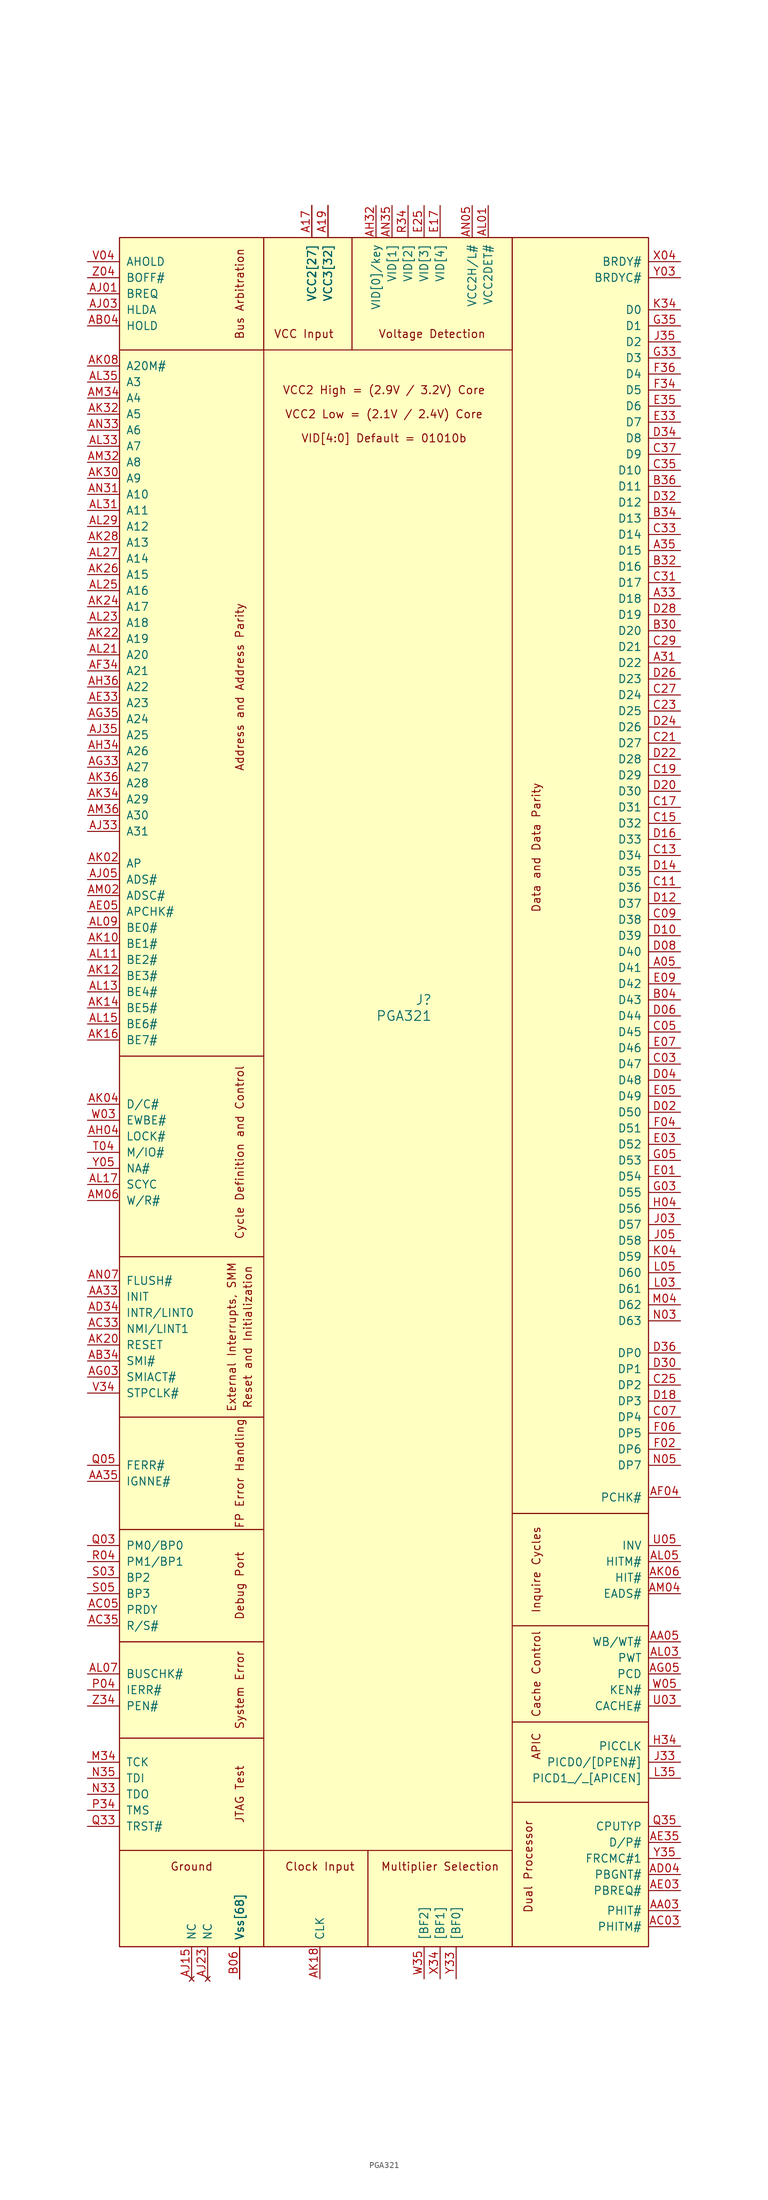
<source format=kicad_sym>
(kicad_symbol_lib
  (version 20211014)
  (generator kicad_symbol_editor)
  (symbol "PGA321"
    (pin_names
      (offset 1.016))
    (property "Reference" "J"
      (at 6.35 8.89 0)
      (effects (font (size 1.524 1.524)) (justify right)))
    (property "Value" "PGA321"
      (at 6.35 6.35 0)
      (effects (font (size 1.524 1.524)) (justify right)))
    (symbol "PGA321_0_0"
      (rectangle (start -43.18 -107.95) (end -20.32 -125.73) (stroke (width 0.152) (type default) (color 0 0 0 0)) (fill (type none)))
      (rectangle (start -43.18 -92.71) (end -20.32 -107.95) (stroke (width 0.152) (type default) (color 0 0 0 0)) (fill (type none)))
      (rectangle (start -43.18 -74.93) (end -20.32 -92.71) (stroke (width 0.152) (type default) (color 0 0 0 0)) (fill (type none)))
      (rectangle (start -43.18 -57.15) (end -20.32 -74.93) (stroke (width 0.152) (type default) (color 0 0 0 0)) (fill (type none)))
      (rectangle (start -43.18 -31.75) (end -20.32 -57.15) (stroke (width 0.152) (type default) (color 0 0 0 0)) (fill (type none)))
      (rectangle (start -43.18 0) (end -20.32 -31.75) (stroke (width 0.152) (type default) (color 0 0 0 0)) (fill (type none)))
      (rectangle (start -43.18 129.54) (end -20.32 111.76) (stroke (width 0.152) (type default) (color 0 0 0 0)) (fill (type none)))
      (rectangle (start -20.32 -125.73) (end -43.18 -140.97) (stroke (width 0.152) (type default) (color 0 0 0 0)) (fill (type none)))
      (rectangle (start -20.32 -125.73) (end -3.81 -140.97) (stroke (width 0.152) (type default) (color 0 0 0 0)) (fill (type none)))
      (rectangle (start -20.32 129.54) (end -6.35 111.76) (stroke (width 0.152) (type default) (color 0 0 0 0)) (fill (type none)))
      (rectangle (start -6.35 129.54) (end 19.05 111.76) (stroke (width 0.152) (type default) (color 0 0 0 0)) (fill (type none)))
      (rectangle (start -3.81 -125.73) (end 19.05 -140.97) (stroke (width 0.152) (type default) (color 0 0 0 0)) (fill (type none)))
      (rectangle (start 19.05 -118.11) (end 40.64 -140.97) (stroke (width 0.152) (type default) (color 0 0 0 0)) (fill (type none)))
      (rectangle (start 19.05 -105.41) (end 40.64 -118.11) (stroke (width 0.152) (type default) (color 0 0 0 0)) (fill (type none)))
      (rectangle (start 19.05 -90.17) (end 40.64 -105.41) (stroke (width 0.152) (type default) (color 0 0 0 0)) (fill (type none)))
      (rectangle (start 19.05 -72.39) (end 40.64 -90.17) (stroke (width 0.152) (type default) (color 0 0 0 0)) (fill (type none)))
      (rectangle (start 40.64 129.54) (end 19.05 -72.39) (stroke (width 0.152) (type default) (color 0 0 0 0)) (fill (type none)))
      (text "Address and Address Parity" (at -24.13 58.42 900) (effects (font (size 1.27 1.27))))
      (text "APIC" (at 22.86 -109.22 900) (effects (font (size 1.27 1.27))))
      (text "Bus Arbitration" (at -24.13 120.65 900) (effects (font (size 1.27 1.27))))
      (text "Cache Control" (at 22.86 -97.79 900) (effects (font (size 1.27 1.27))))
      (text "Clock Input" (at -11.43 -128.27 0) (effects (font (size 1.27 1.27))))
      (text "Cycle Definition and Control" (at -24.13 -15.24 900) (effects (font (size 1.27 1.27))))
      (text "Data and Data Parity" (at 22.86 33.02 900) (effects (font (size 1.27 1.27))))
      (text "Debug Port" (at -24.13 -83.82 900) (effects (font (size 1.27 1.27))))
      (text "Dual Processor" (at 21.59 -128.27 900) (effects (font (size 1.27 1.27))))
      (text "External Interrupts, SMM" (at -25.4 -44.45 900) (effects (font (size 1.27 1.27))))
      (text "FP Error Handling" (at -24.13 -66.04 900) (effects (font (size 1.27 1.27))))
      (text "Ground" (at -31.75 -128.27 0) (effects (font (size 1.27 1.27))))
      (text "Inquire Cycles" (at 22.86 -81.28 900) (effects (font (size 1.27 1.27))))
      (text "JTAG Test" (at -24.13 -116.84 900) (effects (font (size 1.27 1.27))))
      (text "Multiplier Selection" (at 7.62 -128.27 0) (effects (font (size 1.27 1.27))))
      (text "Reset and Initialization" (at -22.86 -44.45 900) (effects (font (size 1.27 1.27))))
      (text "System Error" (at -24.13 -100.33 900) (effects (font (size 1.27 1.27))))
      (text "VCC Input" (at -13.97 114.3 0) (effects (font (size 1.27 1.27))))
      (text "VCC2 High = (2.9V / 3.2V) Core" (at -1.27 105.41 0) (effects (font (size 1.27 1.27))))
      (text "VCC2 Low = (2.1V / 2.4V) Core" (at -1.27 101.6 0) (effects (font (size 1.27 1.27))))
      (text "VID[4:0] Default = 01010b" (at -1.27 97.79 0) (effects (font (size 1.27 1.27))))
      (text "Voltage Detection" (at 6.35 114.3 0) (effects (font (size 1.27 1.27)))))
    (symbol "PGA321_1_1"
      (rectangle (start -43.18 111.76) (end -20.32 0) (stroke (width 0.152) (type default) (color 0 0 0 0)) (fill (type none)))
      (rectangle (start -43.18 129.54) (end 40.64 -140.97) (stroke (width 0) (type default) (color 0 0 0 0)) (fill (type background)))
      (pin power_in line (at -24.13 -146.05 90) (length 5.08) (name "Vss[68]" (effects (font (size 1.27 1.27)))) (number "A03" (effects (font (size 0 0)))))
      (pin tri_state line (at 45.72 13.97 180) (length 5.08) (name "D41" (effects (font (size 1.27 1.27)))) (number "A05" (effects (font (size 1.27 1.27)))))
      (pin power_in line (at -12.7 134.62 270) (length 5.08) (name "VCC2[27]" (effects (font (size 1.27 1.27)))) (number "A07" (effects (font (size 0 0)))))
      (pin power_in line (at -12.7 134.62 270) (length 5.08) (name "VCC2[27]" (effects (font (size 1.27 1.27)))) (number "A09" (effects (font (size 0 0)))))
      (pin power_in line (at -12.7 134.62 270) (length 5.08) (name "VCC2[27]" (effects (font (size 1.27 1.27)))) (number "A11" (effects (font (size 0 0)))))
      (pin power_in line (at -12.7 134.62 270) (length 5.08) (name "VCC2[27]" (effects (font (size 1.27 1.27)))) (number "A13" (effects (font (size 0 0)))))
      (pin power_in line (at -12.7 134.62 270) (length 5.08) (name "VCC2[27]" (effects (font (size 1.27 1.27)))) (number "A15" (effects (font (size 0 0)))))
      (pin power_in line (at -12.7 134.62 270) (length 5.08) (name "VCC2[27]" (effects (font (size 1.27 1.27)))) (number "A17" (effects (font (size 1.27 1.27)))))
      (pin power_in line (at -10.16 134.62 270) (length 5.08) (name "VCC3[32]" (effects (font (size 1.27 1.27)))) (number "A19" (effects (font (size 1.27 1.27)))))
      (pin power_in line (at -10.16 134.62 270) (length 5.08) (name "VCC3[32]" (effects (font (size 1.27 1.27)))) (number "A21" (effects (font (size 0 0)))))
      (pin power_in line (at -10.16 134.62 270) (length 5.08) (name "VCC3[32]" (effects (font (size 1.27 1.27)))) (number "A23" (effects (font (size 0 0)))))
      (pin power_in line (at -10.16 134.62 270) (length 5.08) (name "VCC3[32]" (effects (font (size 1.27 1.27)))) (number "A25" (effects (font (size 0 0)))))
      (pin power_in line (at -10.16 134.62 270) (length 5.08) (name "VCC3[32]" (effects (font (size 1.27 1.27)))) (number "A27" (effects (font (size 0 0)))))
      (pin power_in line (at -10.16 134.62 270) (length 5.08) (name "VCC3[32]" (effects (font (size 1.27 1.27)))) (number "A29" (effects (font (size 0 0)))))
      (pin tri_state line (at 45.72 62.23 180) (length 5.08) (name "D22" (effects (font (size 1.27 1.27)))) (number "A31" (effects (font (size 1.27 1.27)))))
      (pin tri_state line (at 45.72 72.39 180) (length 5.08) (name "D18" (effects (font (size 1.27 1.27)))) (number "A33" (effects (font (size 1.27 1.27)))))
      (pin tri_state line (at 45.72 80.01 180) (length 5.08) (name "D15" (effects (font (size 1.27 1.27)))) (number "A35" (effects (font (size 1.27 1.27)))))
      (pin no_connect line (at -41.91 -146.05 90) (length 5.08) hide (name "NC" (effects (font (size 1.27 1.27)))) (number "A37" (effects (font (size 1.27 1.27)))))
      (pin power_in line (at -12.7 134.62 270) (length 5.08) (name "VCC2[27]" (effects (font (size 1.27 1.27)))) (number "AA01" (effects (font (size 0 0)))))
      (pin tri_state line (at 45.72 -135.255 180) (length 5.08) (name "PHIT#" (effects (font (size 1.27 1.27)))) (number "AA03" (effects (font (size 1.27 1.27)))))
      (pin input line (at 45.72 -92.71 180) (length 5.08) (name "WB/WT#" (effects (font (size 1.27 1.27)))) (number "AA05" (effects (font (size 1.27 1.27)))))
      (pin input line (at -48.26 -38.1 0) (length 5.08) (name "INIT" (effects (font (size 1.27 1.27)))) (number "AA33" (effects (font (size 1.27 1.27)))))
      (pin input line (at -48.26 -67.31 0) (length 5.08) (name "IGNNE#" (effects (font (size 1.27 1.27)))) (number "AA35" (effects (font (size 1.27 1.27)))))
      (pin power_in line (at -10.16 134.62 270) (length 5.08) (name "VCC3[32]" (effects (font (size 1.27 1.27)))) (number "AA37" (effects (font (size 0 0)))))
      (pin power_in line (at -24.13 -146.05 90) (length 5.08) (name "Vss[68]" (effects (font (size 1.27 1.27)))) (number "AB02" (effects (font (size 0 0)))))
      (pin input line (at -48.26 115.57 0) (length 5.08) (name "HOLD" (effects (font (size 1.27 1.27)))) (number "AB04" (effects (font (size 1.27 1.27)))))
      (pin input line (at -48.26 -48.26 0) (length 5.08) (name "SMI#" (effects (font (size 1.27 1.27)))) (number "AB34" (effects (font (size 1.27 1.27)))))
      (pin power_in line (at -24.13 -146.05 90) (length 5.08) (name "Vss[68]" (effects (font (size 1.27 1.27)))) (number "AB36" (effects (font (size 0 0)))))
      (pin power_in line (at -12.7 134.62 270) (length 5.08) (name "VCC2[27]" (effects (font (size 1.27 1.27)))) (number "AC01" (effects (font (size 0 0)))))
      (pin tri_state line (at 45.72 -137.795 180) (length 5.08) (name "PHITM#" (effects (font (size 1.27 1.27)))) (number "AC03" (effects (font (size 1.27 1.27)))))
      (pin output line (at -48.26 -87.63 0) (length 5.08) (name "PRDY" (effects (font (size 1.27 1.27)))) (number "AC05" (effects (font (size 1.27 1.27)))))
      (pin input line (at -48.26 -43.18 0) (length 5.08) (name "NMI/LINT1" (effects (font (size 1.27 1.27)))) (number "AC33" (effects (font (size 1.27 1.27)))))
      (pin input line (at -48.26 -90.17 0) (length 5.08) (name "R/S#" (effects (font (size 1.27 1.27)))) (number "AC35" (effects (font (size 1.27 1.27)))))
      (pin power_in line (at -10.16 134.62 270) (length 5.08) (name "VCC3[32]" (effects (font (size 1.27 1.27)))) (number "AC37" (effects (font (size 0 0)))))
      (pin power_in line (at -24.13 -146.05 90) (length 5.08) (name "Vss[68]" (effects (font (size 1.27 1.27)))) (number "AD02" (effects (font (size 0 0)))))
      (pin tri_state line (at 45.72 -129.54 180) (length 5.08) (name "PBGNT#" (effects (font (size 1.27 1.27)))) (number "AD04" (effects (font (size 1.27 1.27)))))
      (pin input line (at -48.26 -40.64 0) (length 5.08) (name "INTR/LINT0" (effects (font (size 1.27 1.27)))) (number "AD34" (effects (font (size 1.27 1.27)))))
      (pin power_in line (at -24.13 -146.05 90) (length 5.08) (name "Vss[68]" (effects (font (size 1.27 1.27)))) (number "AD36" (effects (font (size 0 0)))))
      (pin power_in line (at -12.7 134.62 270) (length 5.08) (name "VCC2[27]" (effects (font (size 1.27 1.27)))) (number "AE01" (effects (font (size 0 0)))))
      (pin tri_state line (at 45.72 -132.08 180) (length 5.08) (name "PBREQ#" (effects (font (size 1.27 1.27)))) (number "AE03" (effects (font (size 1.27 1.27)))))
      (pin output line (at -48.26 22.86 0) (length 5.08) (name "APCHK#" (effects (font (size 1.27 1.27)))) (number "AE05" (effects (font (size 1.27 1.27)))))
      (pin tri_state line (at -48.26 55.88 0) (length 5.08) (name "A23" (effects (font (size 1.27 1.27)))) (number "AE33" (effects (font (size 1.27 1.27)))))
      (pin output line (at 45.72 -124.46 180) (length 5.08) (name "D/P#" (effects (font (size 1.27 1.27)))) (number "AE35" (effects (font (size 1.27 1.27)))))
      (pin power_in line (at -10.16 134.62 270) (length 5.08) (name "VCC3[32]" (effects (font (size 1.27 1.27)))) (number "AE37" (effects (font (size 0 0)))))
      (pin power_in line (at -24.13 -146.05 90) (length 5.08) (name "Vss[68]" (effects (font (size 1.27 1.27)))) (number "AF02" (effects (font (size 0 0)))))
      (pin output line (at 45.72 -69.85 180) (length 5.08) (name "PCHK#" (effects (font (size 1.27 1.27)))) (number "AF04" (effects (font (size 1.27 1.27)))))
      (pin tri_state line (at -48.26 60.96 0) (length 5.08) (name "A21" (effects (font (size 1.27 1.27)))) (number "AF34" (effects (font (size 1.27 1.27)))))
      (pin power_in line (at -24.13 -146.05 90) (length 5.08) (name "Vss[68]" (effects (font (size 1.27 1.27)))) (number "AF36" (effects (font (size 0 0)))))
      (pin power_in line (at -12.7 134.62 270) (length 5.08) (name "VCC2[27]" (effects (font (size 1.27 1.27)))) (number "AG01" (effects (font (size 0 0)))))
      (pin output line (at -48.26 -50.8 0) (length 5.08) (name "SMIACT#" (effects (font (size 1.27 1.27)))) (number "AG03" (effects (font (size 1.27 1.27)))))
      (pin output line (at 45.72 -97.79 180) (length 5.08) (name "PCD" (effects (font (size 1.27 1.27)))) (number "AG05" (effects (font (size 1.27 1.27)))))
      (pin tri_state line (at -48.26 45.72 0) (length 5.08) (name "A27" (effects (font (size 1.27 1.27)))) (number "AG33" (effects (font (size 1.27 1.27)))))
      (pin tri_state line (at -48.26 53.34 0) (length 5.08) (name "A24" (effects (font (size 1.27 1.27)))) (number "AG35" (effects (font (size 1.27 1.27)))))
      (pin power_in line (at -10.16 134.62 270) (length 5.08) (name "VCC3[32]" (effects (font (size 1.27 1.27)))) (number "AG37" (effects (font (size 0 0)))))
      (pin power_in line (at -24.13 -146.05 90) (length 5.08) (name "Vss[68]" (effects (font (size 1.27 1.27)))) (number "AH02" (effects (font (size 0 0)))))
      (pin output line (at -48.26 -12.7 0) (length 5.08) (name "LOCK#" (effects (font (size 1.27 1.27)))) (number "AH04" (effects (font (size 1.27 1.27)))))
      (pin output line (at -2.54 134.62 270) (length 5.08) (name "VID[0]/key" (effects (font (size 1.27 1.27)))) (number "AH32" (effects (font (size 1.27 1.27)))))
      (pin tri_state line (at -48.26 48.26 0) (length 5.08) (name "A26" (effects (font (size 1.27 1.27)))) (number "AH34" (effects (font (size 1.27 1.27)))))
      (pin tri_state line (at -48.26 58.42 0) (length 5.08) (name "A22" (effects (font (size 1.27 1.27)))) (number "AH36" (effects (font (size 1.27 1.27)))))
      (pin output line (at -48.26 120.65 0) (length 5.08) (name "BREQ" (effects (font (size 1.27 1.27)))) (number "AJ01" (effects (font (size 1.27 1.27)))))
      (pin output line (at -48.26 118.11 0) (length 5.08) (name "HLDA" (effects (font (size 1.27 1.27)))) (number "AJ03" (effects (font (size 1.27 1.27)))))
      (pin output line (at -48.26 27.94 0) (length 5.08) (name "ADS#" (effects (font (size 1.27 1.27)))) (number "AJ05" (effects (font (size 1.27 1.27)))))
      (pin power_in line (at -24.13 -146.05 90) (length 5.08) (name "Vss[68]" (effects (font (size 1.27 1.27)))) (number "AJ07" (effects (font (size 0 0)))))
      (pin power_in line (at -24.13 -146.05 90) (length 5.08) (name "Vss[68]" (effects (font (size 1.27 1.27)))) (number "AJ09" (effects (font (size 0 0)))))
      (pin power_in line (at -12.7 134.62 270) (length 5.08) (name "VCC2[27]" (effects (font (size 1.27 1.27)))) (number "AJ11" (effects (font (size 0 0)))))
      (pin power_in line (at -24.13 -146.05 90) (length 5.08) (name "Vss[68]" (effects (font (size 1.27 1.27)))) (number "AJ13" (effects (font (size 0 0)))))
      (pin no_connect line (at -31.75 -146.05 90) (length 5.08) (name "NC" (effects (font (size 1.27 1.27)))) (number "AJ15" (effects (font (size 1.27 1.27)))))
      (pin power_in line (at -24.13 -146.05 90) (length 5.08) (name "Vss[68]" (effects (font (size 1.27 1.27)))) (number "AJ17" (effects (font (size 0 0)))))
      (pin power_in line (at -10.16 134.62 270) (length 5.08) (name "VCC3[32]" (effects (font (size 1.27 1.27)))) (number "AJ19" (effects (font (size 0 0)))))
      (pin power_in line (at -24.13 -146.05 90) (length 5.08) (name "Vss[68]" (effects (font (size 1.27 1.27)))) (number "AJ21" (effects (font (size 0 0)))))
      (pin no_connect line (at -29.21 -146.05 90) (length 5.08) (name "NC" (effects (font (size 1.27 1.27)))) (number "AJ23" (effects (font (size 1.27 1.27)))))
      (pin power_in line (at -24.13 -146.05 90) (length 5.08) (name "Vss[68]" (effects (font (size 1.27 1.27)))) (number "AJ25" (effects (font (size 0 0)))))
      (pin power_in line (at -24.13 -146.05 90) (length 5.08) (name "Vss[68]" (effects (font (size 1.27 1.27)))) (number "AJ27" (effects (font (size 0 0)))))
      (pin power_in line (at -10.16 134.62 270) (length 5.08) (name "VCC3[32]" (effects (font (size 1.27 1.27)))) (number "AJ29" (effects (font (size 0 0)))))
      (pin power_in line (at -24.13 -146.05 90) (length 5.08) (name "Vss[68]" (effects (font (size 1.27 1.27)))) (number "AJ31" (effects (font (size 0 0)))))
      (pin tri_state line (at -48.26 35.56 0) (length 5.08) (name "A31" (effects (font (size 1.27 1.27)))) (number "AJ33" (effects (font (size 1.27 1.27)))))
      (pin tri_state line (at -48.26 50.8 0) (length 5.08) (name "A25" (effects (font (size 1.27 1.27)))) (number "AJ35" (effects (font (size 1.27 1.27)))))
      (pin power_in line (at -24.13 -146.05 90) (length 5.08) (name "Vss[68]" (effects (font (size 1.27 1.27)))) (number "AJ37" (effects (font (size 0 0)))))
      (pin tri_state line (at -48.26 30.48 0) (length 5.08) (name "AP" (effects (font (size 1.27 1.27)))) (number "AK02" (effects (font (size 1.27 1.27)))))
      (pin output line (at -48.26 -7.62 0) (length 5.08) (name "D/C#" (effects (font (size 1.27 1.27)))) (number "AK04" (effects (font (size 1.27 1.27)))))
      (pin output line (at 45.72 -82.55 180) (length 5.08) (name "HIT#" (effects (font (size 1.27 1.27)))) (number "AK06" (effects (font (size 1.27 1.27)))))
      (pin input line (at -48.26 109.22 0) (length 5.08) (name "A20M#" (effects (font (size 1.27 1.27)))) (number "AK08" (effects (font (size 1.27 1.27)))))
      (pin tri_state line (at -48.26 17.78 0) (length 5.08) (name "BE1#" (effects (font (size 1.27 1.27)))) (number "AK10" (effects (font (size 1.27 1.27)))))
      (pin tri_state line (at -48.26 12.7 0) (length 5.08) (name "BE3#" (effects (font (size 1.27 1.27)))) (number "AK12" (effects (font (size 1.27 1.27)))))
      (pin output line (at -48.26 7.62 0) (length 5.08) (name "BE5#" (effects (font (size 1.27 1.27)))) (number "AK14" (effects (font (size 1.27 1.27)))))
      (pin output line (at -48.26 2.54 0) (length 5.08) (name "BE7#" (effects (font (size 1.27 1.27)))) (number "AK16" (effects (font (size 1.27 1.27)))))
      (pin input line (at -11.43 -146.05 90) (length 5.08) (name "CLK" (effects (font (size 1.27 1.27)))) (number "AK18" (effects (font (size 1.27 1.27)))))
      (pin input line (at -48.26 -45.72 0) (length 5.08) (name "RESET" (effects (font (size 1.27 1.27)))) (number "AK20" (effects (font (size 1.27 1.27)))))
      (pin tri_state line (at -48.26 66.04 0) (length 5.08) (name "A19" (effects (font (size 1.27 1.27)))) (number "AK22" (effects (font (size 1.27 1.27)))))
      (pin tri_state line (at -48.26 71.12 0) (length 5.08) (name "A17" (effects (font (size 1.27 1.27)))) (number "AK24" (effects (font (size 1.27 1.27)))))
      (pin tri_state line (at -48.26 76.2 0) (length 5.08) (name "A15" (effects (font (size 1.27 1.27)))) (number "AK26" (effects (font (size 1.27 1.27)))))
      (pin tri_state line (at -48.26 81.28 0) (length 5.08) (name "A13" (effects (font (size 1.27 1.27)))) (number "AK28" (effects (font (size 1.27 1.27)))))
      (pin tri_state line (at -48.26 91.44 0) (length 5.08) (name "A9" (effects (font (size 1.27 1.27)))) (number "AK30" (effects (font (size 1.27 1.27)))))
      (pin tri_state line (at -48.26 101.6 0) (length 5.08) (name "A5" (effects (font (size 1.27 1.27)))) (number "AK32" (effects (font (size 1.27 1.27)))))
      (pin tri_state line (at -48.26 40.64 0) (length 5.08) (name "A29" (effects (font (size 1.27 1.27)))) (number "AK34" (effects (font (size 1.27 1.27)))))
      (pin tri_state line (at -48.26 43.18 0) (length 5.08) (name "A28" (effects (font (size 1.27 1.27)))) (number "AK36" (effects (font (size 1.27 1.27)))))
      (pin output line (at 15.24 134.62 270) (length 5.08) (name "VCC2DET#" (effects (font (size 1.27 1.27)))) (number "AL01" (effects (font (size 1.27 1.27)))))
      (pin output line (at 45.72 -95.25 180) (length 5.08) (name "PWT" (effects (font (size 1.27 1.27)))) (number "AL03" (effects (font (size 1.27 1.27)))))
      (pin output line (at 45.72 -80.01 180) (length 5.08) (name "HITM#" (effects (font (size 1.27 1.27)))) (number "AL05" (effects (font (size 1.27 1.27)))))
      (pin input line (at -48.26 -97.79 0) (length 5.08) (name "BUSCHK#" (effects (font (size 1.27 1.27)))) (number "AL07" (effects (font (size 1.27 1.27)))))
      (pin tri_state line (at -48.26 20.32 0) (length 5.08) (name "BE0#" (effects (font (size 1.27 1.27)))) (number "AL09" (effects (font (size 1.27 1.27)))))
      (pin tri_state line (at -48.26 15.24 0) (length 5.08) (name "BE2#" (effects (font (size 1.27 1.27)))) (number "AL11" (effects (font (size 1.27 1.27)))))
      (pin output line (at -48.26 10.16 0) (length 5.08) (name "BE4#" (effects (font (size 1.27 1.27)))) (number "AL13" (effects (font (size 1.27 1.27)))))
      (pin output line (at -48.26 5.08 0) (length 5.08) (name "BE6#" (effects (font (size 1.27 1.27)))) (number "AL15" (effects (font (size 1.27 1.27)))))
      (pin output line (at -48.26 -20.32 0) (length 5.08) (name "SCYC" (effects (font (size 1.27 1.27)))) (number "AL17" (effects (font (size 1.27 1.27)))))
      (pin no_connect line (at -41.91 -146.05 90) (length 5.08) hide (name "NC" (effects (font (size 1.27 1.27)))) (number "AL19" (effects (font (size 1.27 1.27)))))
      (pin tri_state line (at -48.26 63.5 0) (length 5.08) (name "A20" (effects (font (size 1.27 1.27)))) (number "AL21" (effects (font (size 1.27 1.27)))))
      (pin tri_state line (at -48.26 68.58 0) (length 5.08) (name "A18" (effects (font (size 1.27 1.27)))) (number "AL23" (effects (font (size 1.27 1.27)))))
      (pin tri_state line (at -48.26 73.66 0) (length 5.08) (name "A16" (effects (font (size 1.27 1.27)))) (number "AL25" (effects (font (size 1.27 1.27)))))
      (pin tri_state line (at -48.26 78.74 0) (length 5.08) (name "A14" (effects (font (size 1.27 1.27)))) (number "AL27" (effects (font (size 1.27 1.27)))))
      (pin tri_state line (at -48.26 83.82 0) (length 5.08) (name "A12" (effects (font (size 1.27 1.27)))) (number "AL29" (effects (font (size 1.27 1.27)))))
      (pin tri_state line (at -48.26 86.36 0) (length 5.08) (name "A11" (effects (font (size 1.27 1.27)))) (number "AL31" (effects (font (size 1.27 1.27)))))
      (pin tri_state line (at -48.26 96.52 0) (length 5.08) (name "A7" (effects (font (size 1.27 1.27)))) (number "AL33" (effects (font (size 1.27 1.27)))))
      (pin tri_state line (at -48.26 106.68 0) (length 5.08) (name "A3" (effects (font (size 1.27 1.27)))) (number "AL35" (effects (font (size 1.27 1.27)))))
      (pin power_in line (at -24.13 -146.05 90) (length 5.08) (name "Vss[68]" (effects (font (size 1.27 1.27)))) (number "AL37" (effects (font (size 0 0)))))
      (pin output line (at -48.26 25.4 0) (length 5.08) (name "ADSC#" (effects (font (size 1.27 1.27)))) (number "AM02" (effects (font (size 1.27 1.27)))))
      (pin input line (at 45.72 -85.09 180) (length 5.08) (name "EADS#" (effects (font (size 1.27 1.27)))) (number "AM04" (effects (font (size 1.27 1.27)))))
      (pin output line (at -48.26 -22.86 0) (length 5.08) (name "W/R#" (effects (font (size 1.27 1.27)))) (number "AM06" (effects (font (size 1.27 1.27)))))
      (pin power_in line (at -24.13 -146.05 90) (length 5.08) (name "Vss[68]" (effects (font (size 1.27 1.27)))) (number "AM08" (effects (font (size 0 0)))))
      (pin power_in line (at -24.13 -146.05 90) (length 5.08) (name "Vss[68]" (effects (font (size 1.27 1.27)))) (number "AM10" (effects (font (size 0 0)))))
      (pin power_in line (at -24.13 -146.05 90) (length 5.08) (name "Vss[68]" (effects (font (size 1.27 1.27)))) (number "AM12" (effects (font (size 0 0)))))
      (pin power_in line (at -24.13 -146.05 90) (length 5.08) (name "Vss[68]" (effects (font (size 1.27 1.27)))) (number "AM14" (effects (font (size 0 0)))))
      (pin power_in line (at -24.13 -146.05 90) (length 5.08) (name "Vss[68]" (effects (font (size 1.27 1.27)))) (number "AM16" (effects (font (size 0 0)))))
      (pin power_in line (at -24.13 -146.05 90) (length 5.08) (name "Vss[68]" (effects (font (size 1.27 1.27)))) (number "AM18" (effects (font (size 0 0)))))
      (pin power_in line (at -24.13 -146.05 90) (length 5.08) (name "Vss[68]" (effects (font (size 1.27 1.27)))) (number "AM20" (effects (font (size 0 0)))))
      (pin power_in line (at -24.13 -146.05 90) (length 5.08) (name "Vss[68]" (effects (font (size 1.27 1.27)))) (number "AM22" (effects (font (size 0 0)))))
      (pin power_in line (at -24.13 -146.05 90) (length 5.08) (name "Vss[68]" (effects (font (size 1.27 1.27)))) (number "AM24" (effects (font (size 0 0)))))
      (pin power_in line (at -24.13 -146.05 90) (length 5.08) (name "Vss[68]" (effects (font (size 1.27 1.27)))) (number "AM26" (effects (font (size 0 0)))))
      (pin power_in line (at -24.13 -146.05 90) (length 5.08) (name "Vss[68]" (effects (font (size 1.27 1.27)))) (number "AM28" (effects (font (size 0 0)))))
      (pin power_in line (at -24.13 -146.05 90) (length 5.08) (name "Vss[68]" (effects (font (size 1.27 1.27)))) (number "AM30" (effects (font (size 0 0)))))
      (pin tri_state line (at -48.26 93.98 0) (length 5.08) (name "A8" (effects (font (size 1.27 1.27)))) (number "AM32" (effects (font (size 1.27 1.27)))))
      (pin tri_state line (at -48.26 104.14 0) (length 5.08) (name "A4" (effects (font (size 1.27 1.27)))) (number "AM34" (effects (font (size 1.27 1.27)))))
      (pin tri_state line (at -48.26 38.1 0) (length 5.08) (name "A30" (effects (font (size 1.27 1.27)))) (number "AM36" (effects (font (size 1.27 1.27)))))
      (pin no_connect line (at -36.83 -146.05 90) (length 5.08) hide (name "INC" (effects (font (size 1.27 1.27)))) (number "AN01" (effects (font (size 1.27 1.27)))))
      (pin no_connect line (at -34.29 -146.05 90) (length 5.08) hide (name "INC" (effects (font (size 1.27 1.27)))) (number "AN03" (effects (font (size 1.27 1.27)))))
      (pin tri_state line (at 12.7 134.62 270) (length 5.08) (name "VCC2H/L#" (effects (font (size 1.27 1.27)))) (number "AN05" (effects (font (size 1.27 1.27)))))
      (pin input line (at -48.26 -35.56 0) (length 5.08) (name "FLUSH#" (effects (font (size 1.27 1.27)))) (number "AN07" (effects (font (size 1.27 1.27)))))
      (pin power_in line (at -12.7 134.62 270) (length 5.08) (name "VCC2[27]" (effects (font (size 1.27 1.27)))) (number "AN09" (effects (font (size 0 0)))))
      (pin power_in line (at -12.7 134.62 270) (length 5.08) (name "VCC2[27]" (effects (font (size 1.27 1.27)))) (number "AN11" (effects (font (size 0 0)))))
      (pin power_in line (at -12.7 134.62 270) (length 5.08) (name "VCC2[27]" (effects (font (size 1.27 1.27)))) (number "AN13" (effects (font (size 0 0)))))
      (pin power_in line (at -12.7 134.62 270) (length 5.08) (name "VCC2[27]" (effects (font (size 1.27 1.27)))) (number "AN15" (effects (font (size 0 0)))))
      (pin power_in line (at -12.7 134.62 270) (length 5.08) (name "VCC2[27]" (effects (font (size 1.27 1.27)))) (number "AN17" (effects (font (size 0 0)))))
      (pin power_in line (at -12.7 134.62 270) (length 5.08) (name "VCC2[27]" (effects (font (size 1.27 1.27)))) (number "AN19" (effects (font (size 0 0)))))
      (pin power_in line (at -10.16 134.62 270) (length 5.08) (name "VCC3[32]" (effects (font (size 1.27 1.27)))) (number "AN21" (effects (font (size 0 0)))))
      (pin power_in line (at -10.16 134.62 270) (length 5.08) (name "VCC3[32]" (effects (font (size 1.27 1.27)))) (number "AN23" (effects (font (size 0 0)))))
      (pin power_in line (at -10.16 134.62 270) (length 5.08) (name "VCC3[32]" (effects (font (size 1.27 1.27)))) (number "AN25" (effects (font (size 0 0)))))
      (pin power_in line (at -10.16 134.62 270) (length 5.08) (name "VCC3[32]" (effects (font (size 1.27 1.27)))) (number "AN27" (effects (font (size 0 0)))))
      (pin power_in line (at -10.16 134.62 270) (length 5.08) (name "VCC3[32]" (effects (font (size 1.27 1.27)))) (number "AN29" (effects (font (size 0 0)))))
      (pin tri_state line (at -48.26 88.9 0) (length 5.08) (name "A10" (effects (font (size 1.27 1.27)))) (number "AN31" (effects (font (size 1.27 1.27)))))
      (pin tri_state line (at -48.26 99.06 0) (length 5.08) (name "A6" (effects (font (size 1.27 1.27)))) (number "AN33" (effects (font (size 1.27 1.27)))))
      (pin output line (at 0 134.62 270) (length 5.08) (name "VID[1]" (effects (font (size 1.27 1.27)))) (number "AN35" (effects (font (size 1.27 1.27)))))
      (pin power_in line (at -24.13 -146.05 90) (length 5.08) (name "Vss[68]" (effects (font (size 1.27 1.27)))) (number "AN37" (effects (font (size 0 0)))))
      (pin no_connect line (at -15.24 134.62 270) (length 5.08) hide (name "VCC2_(K6)" (effects (font (size 1.27 1.27)))) (number "B02" (effects (font (size 1.27 1.27)))))
      (pin tri_state line (at 45.72 8.89 180) (length 5.08) (name "D43" (effects (font (size 1.27 1.27)))) (number "B04" (effects (font (size 1.27 1.27)))))
      (pin power_in line (at -24.13 -146.05 90) (length 5.08) (name "Vss[68]" (effects (font (size 1.27 1.27)))) (number "B06" (effects (font (size 1.27 1.27)))))
      (pin power_in line (at -24.13 -146.05 90) (length 5.08) (name "Vss[68]" (effects (font (size 1.27 1.27)))) (number "B08" (effects (font (size 0 0)))))
      (pin power_in line (at -24.13 -146.05 90) (length 5.08) (name "Vss[68]" (effects (font (size 1.27 1.27)))) (number "B10" (effects (font (size 0 0)))))
      (pin power_in line (at -24.13 -146.05 90) (length 5.08) (name "Vss[68]" (effects (font (size 1.27 1.27)))) (number "B12" (effects (font (size 0 0)))))
      (pin power_in line (at -24.13 -146.05 90) (length 5.08) (name "Vss[68]" (effects (font (size 1.27 1.27)))) (number "B14" (effects (font (size 0 0)))))
      (pin power_in line (at -24.13 -146.05 90) (length 5.08) (name "Vss[68]" (effects (font (size 1.27 1.27)))) (number "B16" (effects (font (size 0 0)))))
      (pin power_in line (at -24.13 -146.05 90) (length 5.08) (name "Vss[68]" (effects (font (size 1.27 1.27)))) (number "B18" (effects (font (size 0 0)))))
      (pin power_in line (at -24.13 -146.05 90) (length 5.08) (name "Vss[68]" (effects (font (size 1.27 1.27)))) (number "B20" (effects (font (size 0 0)))))
      (pin power_in line (at -24.13 -146.05 90) (length 5.08) (name "Vss[68]" (effects (font (size 1.27 1.27)))) (number "B22" (effects (font (size 0 0)))))
      (pin power_in line (at -24.13 -146.05 90) (length 5.08) (name "Vss[68]" (effects (font (size 1.27 1.27)))) (number "B24" (effects (font (size 0 0)))))
      (pin power_in line (at -24.13 -146.05 90) (length 5.08) (name "Vss[68]" (effects (font (size 1.27 1.27)))) (number "B26" (effects (font (size 0 0)))))
      (pin power_in line (at -24.13 -146.05 90) (length 5.08) (name "Vss[68]" (effects (font (size 1.27 1.27)))) (number "B28" (effects (font (size 0 0)))))
      (pin tri_state line (at 45.72 67.31 180) (length 5.08) (name "D20" (effects (font (size 1.27 1.27)))) (number "B30" (effects (font (size 1.27 1.27)))))
      (pin tri_state line (at 45.72 77.47 180) (length 5.08) (name "D16" (effects (font (size 1.27 1.27)))) (number "B32" (effects (font (size 1.27 1.27)))))
      (pin tri_state line (at 45.72 85.09 180) (length 5.08) (name "D13" (effects (font (size 1.27 1.27)))) (number "B34" (effects (font (size 1.27 1.27)))))
      (pin tri_state line (at 45.72 90.17 180) (length 5.08) (name "D11" (effects (font (size 1.27 1.27)))) (number "B36" (effects (font (size 1.27 1.27)))))
      (pin no_connect line (at -39.37 -146.05 90) (length 5.08) hide (name "INC" (effects (font (size 1.27 1.27)))) (number "C01" (effects (font (size 1.27 1.27)))))
      (pin tri_state line (at 45.72 -1.27 180) (length 5.08) (name "D47" (effects (font (size 1.27 1.27)))) (number "C03" (effects (font (size 1.27 1.27)))))
      (pin tri_state line (at 45.72 3.81 180) (length 5.08) (name "D45" (effects (font (size 1.27 1.27)))) (number "C05" (effects (font (size 1.27 1.27)))))
      (pin tri_state line (at 45.72 -57.15 180) (length 5.08) (name "DP4" (effects (font (size 1.27 1.27)))) (number "C07" (effects (font (size 1.27 1.27)))))
      (pin tri_state line (at 45.72 21.59 180) (length 5.08) (name "D38" (effects (font (size 1.27 1.27)))) (number "C09" (effects (font (size 1.27 1.27)))))
      (pin tri_state line (at 45.72 26.67 180) (length 5.08) (name "D36" (effects (font (size 1.27 1.27)))) (number "C11" (effects (font (size 1.27 1.27)))))
      (pin tri_state line (at 45.72 31.75 180) (length 5.08) (name "D34" (effects (font (size 1.27 1.27)))) (number "C13" (effects (font (size 1.27 1.27)))))
      (pin tri_state line (at 45.72 36.83 180) (length 5.08) (name "D32" (effects (font (size 1.27 1.27)))) (number "C15" (effects (font (size 1.27 1.27)))))
      (pin tri_state line (at 45.72 39.37 180) (length 5.08) (name "D31" (effects (font (size 1.27 1.27)))) (number "C17" (effects (font (size 1.27 1.27)))))
      (pin tri_state line (at 45.72 44.45 180) (length 5.08) (name "D29" (effects (font (size 1.27 1.27)))) (number "C19" (effects (font (size 1.27 1.27)))))
      (pin tri_state line (at 45.72 49.53 180) (length 5.08) (name "D27" (effects (font (size 1.27 1.27)))) (number "C21" (effects (font (size 1.27 1.27)))))
      (pin tri_state line (at 45.72 54.61 180) (length 5.08) (name "D25" (effects (font (size 1.27 1.27)))) (number "C23" (effects (font (size 1.27 1.27)))))
      (pin tri_state line (at 45.72 -52.07 180) (length 5.08) (name "DP2" (effects (font (size 1.27 1.27)))) (number "C25" (effects (font (size 1.27 1.27)))))
      (pin tri_state line (at 45.72 57.15 180) (length 5.08) (name "D24" (effects (font (size 1.27 1.27)))) (number "C27" (effects (font (size 1.27 1.27)))))
      (pin tri_state line (at 45.72 64.77 180) (length 5.08) (name "D21" (effects (font (size 1.27 1.27)))) (number "C29" (effects (font (size 1.27 1.27)))))
      (pin tri_state line (at 45.72 74.93 180) (length 5.08) (name "D17" (effects (font (size 1.27 1.27)))) (number "C31" (effects (font (size 1.27 1.27)))))
      (pin tri_state line (at 45.72 82.55 180) (length 5.08) (name "D14" (effects (font (size 1.27 1.27)))) (number "C33" (effects (font (size 1.27 1.27)))))
      (pin tri_state line (at 45.72 92.71 180) (length 5.08) (name "D10" (effects (font (size 1.27 1.27)))) (number "C35" (effects (font (size 1.27 1.27)))))
      (pin tri_state line (at 45.72 95.25 180) (length 5.08) (name "D9" (effects (font (size 1.27 1.27)))) (number "C37" (effects (font (size 1.27 1.27)))))
      (pin tri_state line (at 45.72 -8.89 180) (length 5.08) (name "D50" (effects (font (size 1.27 1.27)))) (number "D02" (effects (font (size 1.27 1.27)))))
      (pin tri_state line (at 45.72 -3.81 180) (length 5.08) (name "D48" (effects (font (size 1.27 1.27)))) (number "D04" (effects (font (size 1.27 1.27)))))
      (pin tri_state line (at 45.72 6.35 180) (length 5.08) (name "D44" (effects (font (size 1.27 1.27)))) (number "D06" (effects (font (size 1.27 1.27)))))
      (pin tri_state line (at 45.72 16.51 180) (length 5.08) (name "D40" (effects (font (size 1.27 1.27)))) (number "D08" (effects (font (size 1.27 1.27)))))
      (pin tri_state line (at 45.72 19.05 180) (length 5.08) (name "D39" (effects (font (size 1.27 1.27)))) (number "D10" (effects (font (size 1.27 1.27)))))
      (pin tri_state line (at 45.72 24.13 180) (length 5.08) (name "D37" (effects (font (size 1.27 1.27)))) (number "D12" (effects (font (size 1.27 1.27)))))
      (pin tri_state line (at 45.72 29.21 180) (length 5.08) (name "D35" (effects (font (size 1.27 1.27)))) (number "D14" (effects (font (size 1.27 1.27)))))
      (pin tri_state line (at 45.72 34.29 180) (length 5.08) (name "D33" (effects (font (size 1.27 1.27)))) (number "D16" (effects (font (size 1.27 1.27)))))
      (pin tri_state line (at 45.72 -54.61 180) (length 5.08) (name "DP3" (effects (font (size 1.27 1.27)))) (number "D18" (effects (font (size 1.27 1.27)))))
      (pin tri_state line (at 45.72 41.91 180) (length 5.08) (name "D30" (effects (font (size 1.27 1.27)))) (number "D20" (effects (font (size 1.27 1.27)))))
      (pin tri_state line (at 45.72 46.99 180) (length 5.08) (name "D28" (effects (font (size 1.27 1.27)))) (number "D22" (effects (font (size 1.27 1.27)))))
      (pin tri_state line (at 45.72 52.07 180) (length 5.08) (name "D26" (effects (font (size 1.27 1.27)))) (number "D24" (effects (font (size 1.27 1.27)))))
      (pin tri_state line (at 45.72 59.69 180) (length 5.08) (name "D23" (effects (font (size 1.27 1.27)))) (number "D26" (effects (font (size 1.27 1.27)))))
      (pin tri_state line (at 45.72 69.85 180) (length 5.08) (name "D19" (effects (font (size 1.27 1.27)))) (number "D28" (effects (font (size 1.27 1.27)))))
      (pin tri_state line (at 45.72 -49.53 180) (length 5.08) (name "DP1" (effects (font (size 1.27 1.27)))) (number "D30" (effects (font (size 1.27 1.27)))))
      (pin tri_state line (at 45.72 87.63 180) (length 5.08) (name "D12" (effects (font (size 1.27 1.27)))) (number "D32" (effects (font (size 1.27 1.27)))))
      (pin tri_state line (at 45.72 97.79 180) (length 5.08) (name "D8" (effects (font (size 1.27 1.27)))) (number "D34" (effects (font (size 1.27 1.27)))))
      (pin tri_state line (at 45.72 -46.99 180) (length 5.08) (name "DP0" (effects (font (size 1.27 1.27)))) (number "D36" (effects (font (size 1.27 1.27)))))
      (pin tri_state line (at 45.72 -19.05 180) (length 5.08) (name "D54" (effects (font (size 1.27 1.27)))) (number "E01" (effects (font (size 1.27 1.27)))))
      (pin tri_state line (at 45.72 -13.97 180) (length 5.08) (name "D52" (effects (font (size 1.27 1.27)))) (number "E03" (effects (font (size 1.27 1.27)))))
      (pin tri_state line (at 45.72 -6.35 180) (length 5.08) (name "D49" (effects (font (size 1.27 1.27)))) (number "E05" (effects (font (size 1.27 1.27)))))
      (pin tri_state line (at 45.72 1.27 180) (length 5.08) (name "D46" (effects (font (size 1.27 1.27)))) (number "E07" (effects (font (size 1.27 1.27)))))
      (pin tri_state line (at 45.72 11.43 180) (length 5.08) (name "D42" (effects (font (size 1.27 1.27)))) (number "E09" (effects (font (size 1.27 1.27)))))
      (pin power_in line (at -24.13 -146.05 90) (length 5.08) (name "Vss[68]" (effects (font (size 1.27 1.27)))) (number "E11" (effects (font (size 0 0)))))
      (pin power_in line (at -24.13 -146.05 90) (length 5.08) (name "Vss[68]" (effects (font (size 1.27 1.27)))) (number "E13" (effects (font (size 0 0)))))
      (pin power_in line (at -12.7 134.62 270) (length 5.08) (name "VCC2[27]" (effects (font (size 1.27 1.27)))) (number "E15" (effects (font (size 0 0)))))
      (pin output line (at 7.62 134.62 270) (length 5.08) (name "VID[4]" (effects (font (size 1.27 1.27)))) (number "E17" (effects (font (size 1.27 1.27)))))
      (pin power_in line (at -24.13 -146.05 90) (length 5.08) (name "Vss[68]" (effects (font (size 1.27 1.27)))) (number "E19" (effects (font (size 0 0)))))
      (pin power_in line (at -10.16 134.62 270) (length 5.08) (name "VCC3[32]" (effects (font (size 1.27 1.27)))) (number "E21" (effects (font (size 0 0)))))
      (pin power_in line (at -24.13 -146.05 90) (length 5.08) (name "Vss[68]" (effects (font (size 1.27 1.27)))) (number "E23" (effects (font (size 0 0)))))
      (pin output line (at 5.08 134.62 270) (length 5.08) (name "VID[3]" (effects (font (size 1.27 1.27)))) (number "E25" (effects (font (size 1.27 1.27)))))
      (pin power_in line (at -10.16 134.62 270) (length 5.08) (name "VCC3[32]" (effects (font (size 1.27 1.27)))) (number "E27" (effects (font (size 0 0)))))
      (pin power_in line (at -24.13 -146.05 90) (length 5.08) (name "Vss[68]" (effects (font (size 1.27 1.27)))) (number "E29" (effects (font (size 0 0)))))
      (pin power_in line (at -24.13 -146.05 90) (length 5.08) (name "Vss[68]" (effects (font (size 1.27 1.27)))) (number "E31" (effects (font (size 0 0)))))
      (pin tri_state line (at 45.72 100.33 180) (length 5.08) (name "D7" (effects (font (size 1.27 1.27)))) (number "E33" (effects (font (size 1.27 1.27)))))
      (pin tri_state line (at 45.72 102.87 180) (length 5.08) (name "D6" (effects (font (size 1.27 1.27)))) (number "E35" (effects (font (size 1.27 1.27)))))
      (pin power_in line (at -10.16 134.62 270) (length 5.08) (name "VCC3[32]" (effects (font (size 1.27 1.27)))) (number "E37" (effects (font (size 0 0)))))
      (pin tri_state line (at 45.72 -62.23 180) (length 5.08) (name "DP6" (effects (font (size 1.27 1.27)))) (number "F02" (effects (font (size 1.27 1.27)))))
      (pin tri_state line (at 45.72 -11.43 180) (length 5.08) (name "D51" (effects (font (size 1.27 1.27)))) (number "F04" (effects (font (size 1.27 1.27)))))
      (pin tri_state line (at 45.72 -59.69 180) (length 5.08) (name "DP5" (effects (font (size 1.27 1.27)))) (number "F06" (effects (font (size 1.27 1.27)))))
      (pin tri_state line (at 45.72 105.41 180) (length 5.08) (name "D5" (effects (font (size 1.27 1.27)))) (number "F34" (effects (font (size 1.27 1.27)))))
      (pin tri_state line (at 45.72 107.95 180) (length 5.08) (name "D4" (effects (font (size 1.27 1.27)))) (number "F36" (effects (font (size 1.27 1.27)))))
      (pin power_in line (at -12.7 134.62 270) (length 5.08) (name "VCC2[27]" (effects (font (size 1.27 1.27)))) (number "G01" (effects (font (size 0 0)))))
      (pin tri_state line (at 45.72 -21.59 180) (length 5.08) (name "D55" (effects (font (size 1.27 1.27)))) (number "G03" (effects (font (size 1.27 1.27)))))
      (pin tri_state line (at 45.72 -16.51 180) (length 5.08) (name "D53" (effects (font (size 1.27 1.27)))) (number "G05" (effects (font (size 1.27 1.27)))))
      (pin tri_state line (at 45.72 110.49 180) (length 5.08) (name "D3" (effects (font (size 1.27 1.27)))) (number "G33" (effects (font (size 1.27 1.27)))))
      (pin tri_state line (at 45.72 115.57 180) (length 5.08) (name "D1" (effects (font (size 1.27 1.27)))) (number "G35" (effects (font (size 1.27 1.27)))))
      (pin power_in line (at -10.16 134.62 270) (length 5.08) (name "VCC3[32]" (effects (font (size 1.27 1.27)))) (number "G37" (effects (font (size 0 0)))))
      (pin power_in line (at -24.13 -146.05 90) (length 5.08) (name "Vss[68]" (effects (font (size 1.27 1.27)))) (number "H02" (effects (font (size 0 0)))))
      (pin tri_state line (at 45.72 -24.13 180) (length 5.08) (name "D56" (effects (font (size 1.27 1.27)))) (number "H04" (effects (font (size 1.27 1.27)))))
      (pin input line (at 45.72 -109.22 180) (length 5.08) (name "PICCLK" (effects (font (size 1.27 1.27)))) (number "H34" (effects (font (size 1.27 1.27)))))
      (pin power_in line (at -24.13 -146.05 90) (length 5.08) (name "Vss[68]" (effects (font (size 1.27 1.27)))) (number "H36" (effects (font (size 0 0)))))
      (pin power_in line (at -12.7 134.62 270) (length 5.08) (name "VCC2[27]" (effects (font (size 1.27 1.27)))) (number "J01" (effects (font (size 0 0)))))
      (pin tri_state line (at 45.72 -26.67 180) (length 5.08) (name "D57" (effects (font (size 1.27 1.27)))) (number "J03" (effects (font (size 1.27 1.27)))))
      (pin tri_state line (at 45.72 -29.21 180) (length 5.08) (name "D58" (effects (font (size 1.27 1.27)))) (number "J05" (effects (font (size 1.27 1.27)))))
      (pin tri_state line (at 45.72 -111.76 180) (length 5.08) (name "PICD0/[DPEN#]" (effects (font (size 1.27 1.27)))) (number "J33" (effects (font (size 1.27 1.27)))))
      (pin tri_state line (at 45.72 113.03 180) (length 5.08) (name "D2" (effects (font (size 1.27 1.27)))) (number "J35" (effects (font (size 1.27 1.27)))))
      (pin power_in line (at -10.16 134.62 270) (length 5.08) (name "VCC3[32]" (effects (font (size 1.27 1.27)))) (number "J37" (effects (font (size 0 0)))))
      (pin power_in line (at -24.13 -146.05 90) (length 5.08) (name "Vss[68]" (effects (font (size 1.27 1.27)))) (number "K02" (effects (font (size 0 0)))))
      (pin tri_state line (at 45.72 -31.75 180) (length 5.08) (name "D59" (effects (font (size 1.27 1.27)))) (number "K04" (effects (font (size 1.27 1.27)))))
      (pin tri_state line (at 45.72 118.11 180) (length 5.08) (name "D0" (effects (font (size 1.27 1.27)))) (number "K34" (effects (font (size 1.27 1.27)))))
      (pin power_in line (at -24.13 -146.05 90) (length 5.08) (name "Vss[68]" (effects (font (size 1.27 1.27)))) (number "K36" (effects (font (size 0 0)))))
      (pin power_in line (at -12.7 134.62 270) (length 5.08) (name "VCC2[27]" (effects (font (size 1.27 1.27)))) (number "L01" (effects (font (size 0 0)))))
      (pin tri_state line (at 45.72 -36.83 180) (length 5.08) (name "D61" (effects (font (size 1.27 1.27)))) (number "L03" (effects (font (size 1.27 1.27)))))
      (pin tri_state line (at 45.72 -34.29 180) (length 5.08) (name "D60" (effects (font (size 1.27 1.27)))) (number "L05" (effects (font (size 1.27 1.27)))))
      (pin power_in line (at -10.16 134.62 270) (length 5.08) (name "VCC3[32]" (effects (font (size 1.27 1.27)))) (number "L33" (effects (font (size 0 0)))))
      (pin tri_state line (at 45.72 -114.3 180) (length 5.08) (name "PICD1_/_[APICEN]" (effects (font (size 1.27 1.27)))) (number "L35" (effects (font (size 1.27 1.27)))))
      (pin power_in line (at -10.16 134.62 270) (length 5.08) (name "VCC3[32]" (effects (font (size 1.27 1.27)))) (number "L37" (effects (font (size 0 0)))))
      (pin power_in line (at -24.13 -146.05 90) (length 5.08) (name "Vss[68]" (effects (font (size 1.27 1.27)))) (number "M02" (effects (font (size 0 0)))))
      (pin tri_state line (at 45.72 -39.37 180) (length 5.08) (name "D62" (effects (font (size 1.27 1.27)))) (number "M04" (effects (font (size 1.27 1.27)))))
      (pin input line (at -48.26 -111.76 0) (length 5.08) (name "TCK" (effects (font (size 1.27 1.27)))) (number "M34" (effects (font (size 1.27 1.27)))))
      (pin power_in line (at -24.13 -146.05 90) (length 5.08) (name "Vss[68]" (effects (font (size 1.27 1.27)))) (number "M36" (effects (font (size 0 0)))))
      (pin power_in line (at -12.7 134.62 270) (length 5.08) (name "VCC2[27]" (effects (font (size 1.27 1.27)))) (number "N01" (effects (font (size 0 0)))))
      (pin tri_state line (at 45.72 -41.91 180) (length 5.08) (name "D63" (effects (font (size 1.27 1.27)))) (number "N03" (effects (font (size 1.27 1.27)))))
      (pin tri_state line (at 45.72 -64.77 180) (length 5.08) (name "DP7" (effects (font (size 1.27 1.27)))) (number "N05" (effects (font (size 1.27 1.27)))))
      (pin output line (at -48.26 -116.84 0) (length 5.08) (name "TDO" (effects (font (size 1.27 1.27)))) (number "N33" (effects (font (size 1.27 1.27)))))
      (pin input line (at -48.26 -114.3 0) (length 5.08) (name "TDI" (effects (font (size 1.27 1.27)))) (number "N35" (effects (font (size 1.27 1.27)))))
      (pin power_in line (at -10.16 134.62 270) (length 5.08) (name "VCC3[32]" (effects (font (size 1.27 1.27)))) (number "N37" (effects (font (size 0 0)))))
      (pin power_in line (at -24.13 -146.05 90) (length 5.08) (name "Vss[68]" (effects (font (size 1.27 1.27)))) (number "P02" (effects (font (size 0 0)))))
      (pin output line (at -48.26 -100.33 0) (length 5.08) (name "IERR#" (effects (font (size 1.27 1.27)))) (number "P04" (effects (font (size 1.27 1.27)))))
      (pin input line (at -48.26 -119.38 0) (length 5.08) (name "TMS" (effects (font (size 1.27 1.27)))) (number "P34" (effects (font (size 1.27 1.27)))))
      (pin power_in line (at -24.13 -146.05 90) (length 5.08) (name "Vss[68]" (effects (font (size 1.27 1.27)))) (number "P36" (effects (font (size 0 0)))))
      (pin power_in line (at -12.7 134.62 270) (length 5.08) (name "VCC2[27]" (effects (font (size 1.27 1.27)))) (number "Q01" (effects (font (size 0 0)))))
      (pin output line (at -48.26 -77.47 0) (length 5.08) (name "PM0/BP0" (effects (font (size 1.27 1.27)))) (number "Q03" (effects (font (size 1.27 1.27)))))
      (pin output line (at -48.26 -64.77 0) (length 5.08) (name "FERR#" (effects (font (size 1.27 1.27)))) (number "Q05" (effects (font (size 1.27 1.27)))))
      (pin input line (at -48.26 -121.92 0) (length 5.08) (name "TRST#" (effects (font (size 1.27 1.27)))) (number "Q33" (effects (font (size 1.27 1.27)))))
      (pin input line (at 45.72 -121.92 180) (length 5.08) (name "CPUTYP" (effects (font (size 1.27 1.27)))) (number "Q35" (effects (font (size 1.27 1.27)))))
      (pin power_in line (at -10.16 134.62 270) (length 5.08) (name "VCC3[32]" (effects (font (size 1.27 1.27)))) (number "Q37" (effects (font (size 0 0)))))
      (pin power_in line (at -24.13 -146.05 90) (length 5.08) (name "Vss[68]" (effects (font (size 1.27 1.27)))) (number "R02" (effects (font (size 0 0)))))
      (pin output line (at -48.26 -80.01 0) (length 5.08) (name "PM1/BP1" (effects (font (size 1.27 1.27)))) (number "R04" (effects (font (size 1.27 1.27)))))
      (pin output line (at 2.54 134.62 270) (length 5.08) (name "VID[2]" (effects (font (size 1.27 1.27)))) (number "R34" (effects (font (size 1.27 1.27)))))
      (pin power_in line (at -24.13 -146.05 90) (length 5.08) (name "Vss[68]" (effects (font (size 1.27 1.27)))) (number "R36" (effects (font (size 0 0)))))
      (pin power_in line (at -12.7 134.62 270) (length 5.08) (name "VCC2[27]" (effects (font (size 1.27 1.27)))) (number "S01" (effects (font (size 0 0)))))
      (pin output line (at -48.26 -82.55 0) (length 5.08) (name "BP2" (effects (font (size 1.27 1.27)))) (number "S03" (effects (font (size 1.27 1.27)))))
      (pin output line (at -48.26 -85.09 0) (length 5.08) (name "BP3" (effects (font (size 1.27 1.27)))) (number "S05" (effects (font (size 1.27 1.27)))))
      (pin no_connect line (at -41.91 -146.05 90) (length 5.08) hide (name "NC" (effects (font (size 1.27 1.27)))) (number "S33" (effects (font (size 1.27 1.27)))))
      (pin no_connect line (at -41.91 -146.05 90) (length 5.08) hide (name "NC" (effects (font (size 1.27 1.27)))) (number "S35" (effects (font (size 1.27 1.27)))))
      (pin power_in line (at -10.16 134.62 270) (length 5.08) (name "VCC3[32]" (effects (font (size 1.27 1.27)))) (number "S37" (effects (font (size 0 0)))))
      (pin power_in line (at -24.13 -146.05 90) (length 5.08) (name "Vss[68]" (effects (font (size 1.27 1.27)))) (number "T02" (effects (font (size 0 0)))))
      (pin output line (at -48.26 -15.24 0) (length 5.08) (name "M/IO#" (effects (font (size 1.27 1.27)))) (number "T04" (effects (font (size 1.27 1.27)))))
      (pin power_in line (at -10.16 134.62 270) (length 5.08) (name "VCC3[32]" (effects (font (size 1.27 1.27)))) (number "T34" (effects (font (size 0 0)))))
      (pin power_in line (at -24.13 -146.05 90) (length 5.08) (name "Vss[68]" (effects (font (size 1.27 1.27)))) (number "T36" (effects (font (size 0 0)))))
      (pin power_in line (at -12.7 134.62 270) (length 5.08) (name "VCC2[27]" (effects (font (size 1.27 1.27)))) (number "U01" (effects (font (size 0 0)))))
      (pin output line (at 45.72 -102.87 180) (length 5.08) (name "CACHE#" (effects (font (size 1.27 1.27)))) (number "U03" (effects (font (size 1.27 1.27)))))
      (pin input line (at 45.72 -77.47 180) (length 5.08) (name "INV" (effects (font (size 1.27 1.27)))) (number "U05" (effects (font (size 1.27 1.27)))))
      (pin power_in line (at -10.16 134.62 270) (length 5.08) (name "VCC3[32]" (effects (font (size 1.27 1.27)))) (number "U33" (effects (font (size 0 0)))))
      (pin power_in line (at -24.13 -146.05 90) (length 5.08) (name "Vss[68]" (effects (font (size 1.27 1.27)))) (number "U35" (effects (font (size 0 0)))))
      (pin power_in line (at -10.16 134.62 270) (length 5.08) (name "VCC3[32]" (effects (font (size 1.27 1.27)))) (number "U37" (effects (font (size 0 0)))))
      (pin power_in line (at -24.13 -146.05 90) (length 5.08) (name "Vss[68]" (effects (font (size 1.27 1.27)))) (number "V02" (effects (font (size 0 0)))))
      (pin input line (at -48.26 125.73 0) (length 5.08) (name "AHOLD" (effects (font (size 1.27 1.27)))) (number "V04" (effects (font (size 1.27 1.27)))))
      (pin input line (at -48.26 -53.34 0) (length 5.08) (name "STPCLK#" (effects (font (size 1.27 1.27)))) (number "V34" (effects (font (size 1.27 1.27)))))
      (pin power_in line (at -24.13 -146.05 90) (length 5.08) (name "Vss[68]" (effects (font (size 1.27 1.27)))) (number "V36" (effects (font (size 0 0)))))
      (pin power_in line (at -12.7 134.62 270) (length 5.08) (name "VCC2[27]" (effects (font (size 1.27 1.27)))) (number "W01" (effects (font (size 0 0)))))
      (pin input line (at -48.26 -10.16 0) (length 5.08) (name "EWBE#" (effects (font (size 1.27 1.27)))) (number "W03" (effects (font (size 1.27 1.27)))))
      (pin input line (at 45.72 -100.33 180) (length 5.08) (name "KEN#" (effects (font (size 1.27 1.27)))) (number "W05" (effects (font (size 1.27 1.27)))))
      (pin no_connect line (at -41.91 -146.05 90) (length 5.08) hide (name "NC" (effects (font (size 1.27 1.27)))) (number "W33" (effects (font (size 1.27 1.27)))))
      (pin input line (at 5.08 -146.05 90) (length 5.08) (name "[BF2]" (effects (font (size 1.27 1.27)))) (number "W35" (effects (font (size 1.27 1.27)))))
      (pin power_in line (at -10.16 134.62 270) (length 5.08) (name "VCC3[32]" (effects (font (size 1.27 1.27)))) (number "W37" (effects (font (size 0 0)))))
      (pin power_in line (at -24.13 -146.05 90) (length 5.08) (name "Vss[68]" (effects (font (size 1.27 1.27)))) (number "X02" (effects (font (size 0 0)))))
      (pin input line (at 45.72 125.73 180) (length 5.08) (name "BRDY#" (effects (font (size 1.27 1.27)))) (number "X04" (effects (font (size 1.27 1.27)))))
      (pin input line (at 7.62 -146.05 90) (length 5.08) (name "[BF1]" (effects (font (size 1.27 1.27)))) (number "X34" (effects (font (size 1.27 1.27)))))
      (pin power_in line (at -24.13 -146.05 90) (length 5.08) (name "Vss[68]" (effects (font (size 1.27 1.27)))) (number "X36" (effects (font (size 0 0)))))
      (pin power_in line (at -12.7 134.62 270) (length 5.08) (name "VCC2[27]" (effects (font (size 1.27 1.27)))) (number "Y01" (effects (font (size 0 0)))))
      (pin input line (at 45.72 123.19 180) (length 5.08) (name "BRDYC#" (effects (font (size 1.27 1.27)))) (number "Y03" (effects (font (size 1.27 1.27)))))
      (pin input line (at -48.26 -17.78 0) (length 5.08) (name "NA#" (effects (font (size 1.27 1.27)))) (number "Y05" (effects (font (size 1.27 1.27)))))
      (pin input line (at 10.16 -146.05 90) (length 5.08) (name "[BF0]" (effects (font (size 1.27 1.27)))) (number "Y33" (effects (font (size 1.27 1.27)))))
      (pin input line (at 45.72 -127 180) (length 5.08) (name "FRCMC#1" (effects (font (size 1.27 1.27)))) (number "Y35" (effects (font (size 1.27 1.27)))))
      (pin power_in line (at -10.16 134.62 270) (length 5.08) (name "VCC3[32]" (effects (font (size 1.27 1.27)))) (number "Y37" (effects (font (size 0 0)))))
      (pin power_in line (at -24.13 -146.05 90) (length 5.08) (name "Vss[68]" (effects (font (size 1.27 1.27)))) (number "Z02" (effects (font (size 0 0)))))
      (pin input line (at -48.26 123.19 0) (length 5.08) (name "BOFF#" (effects (font (size 1.27 1.27)))) (number "Z04" (effects (font (size 1.27 1.27)))))
      (pin input line (at -48.26 -102.87 0) (length 5.08) (name "PEN#" (effects (font (size 1.27 1.27)))) (number "Z34" (effects (font (size 1.27 1.27)))))
      (pin power_in line (at -24.13 -146.05 90) (length 5.08) (name "Vss[68]" (effects (font (size 1.27 1.27)))) (number "Z36" (effects (font (size 0 0))))))))
</source>
